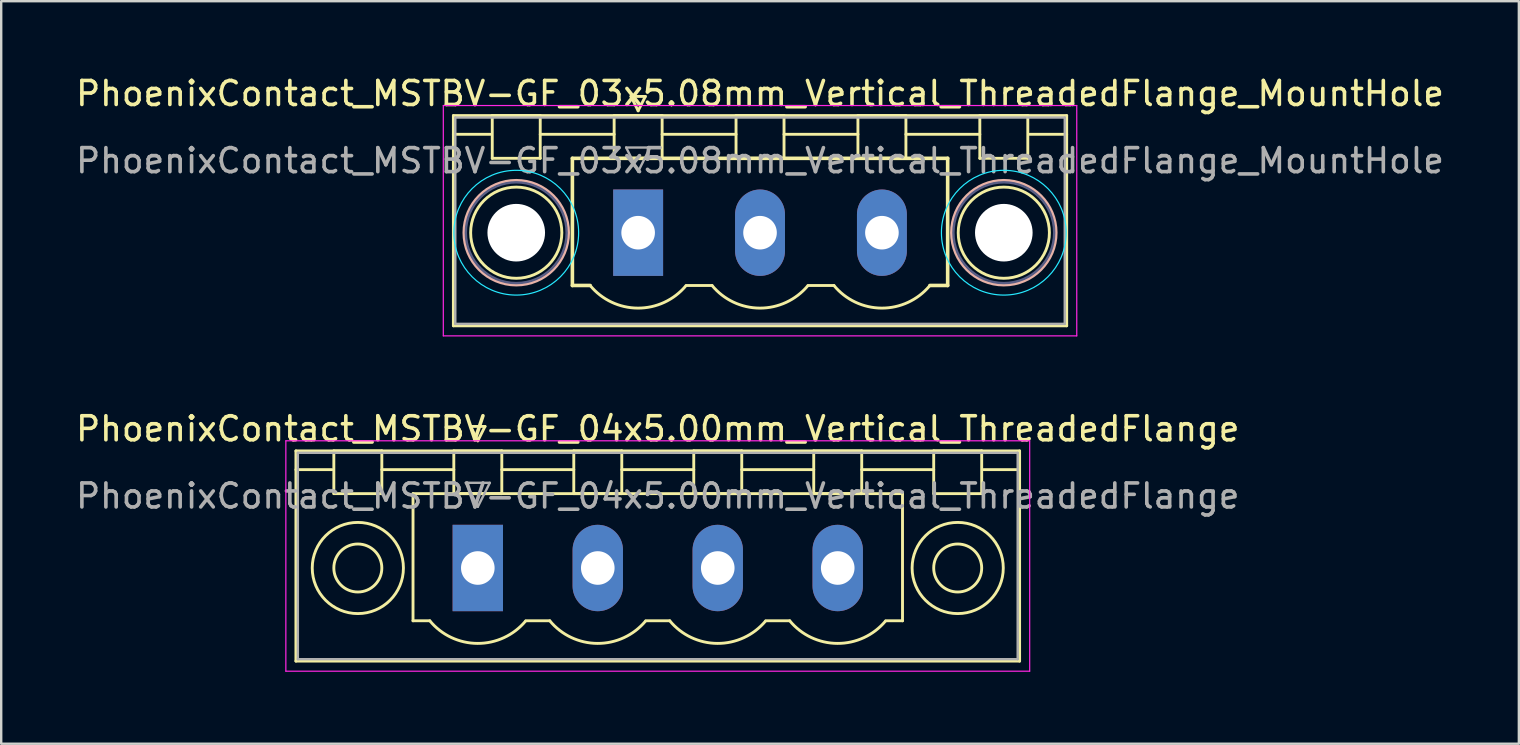
<source format=kicad_pcb>
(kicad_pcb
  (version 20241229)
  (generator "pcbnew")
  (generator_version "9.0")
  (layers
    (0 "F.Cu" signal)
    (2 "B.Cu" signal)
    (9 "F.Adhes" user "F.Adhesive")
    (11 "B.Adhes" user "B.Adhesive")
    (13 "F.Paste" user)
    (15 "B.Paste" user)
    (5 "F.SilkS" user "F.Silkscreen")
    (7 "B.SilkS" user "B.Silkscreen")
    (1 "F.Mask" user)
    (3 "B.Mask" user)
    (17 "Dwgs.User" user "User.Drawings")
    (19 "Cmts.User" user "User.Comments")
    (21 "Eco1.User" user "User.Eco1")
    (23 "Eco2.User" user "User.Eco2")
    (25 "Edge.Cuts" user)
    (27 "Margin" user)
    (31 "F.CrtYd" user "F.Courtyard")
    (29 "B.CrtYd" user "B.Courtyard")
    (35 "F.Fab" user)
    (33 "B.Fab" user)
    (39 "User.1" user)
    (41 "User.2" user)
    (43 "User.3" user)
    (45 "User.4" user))
  (footprint "PhoenixContact_MSTBV-GF_04x5.00mm_Vertical_ThreadedFlange"
    (layer "F.Cu")
    (at 16.863 20.622)
    (property "Reference" "PhoenixContact_MSTBV-GF_04x5.00mm_Vertical_ThreadedFlange" (at 7.5 -5.8 0) (layer "F.SilkS") (effects (font (size 1 1) (thickness 0.15))))
    (attr through_hole)
    (fp_line (start -7.58 -4.88) (end -7.58 3.88) (stroke (width 0.12) (type solid)) (layer "F.SilkS"))
    (fp_line (start -7.58 -4.1) (end -6.08 -4.1) (stroke (width 0.12) (type solid)) (layer "F.SilkS"))
    (fp_line (start -7.58 3.88) (end 22.58 3.88) (stroke (width 0.12) (type solid)) (layer "F.SilkS"))
    (fp_line (start -6 -4.88) (end -4 -4.88) (stroke (width 0.12) (type solid)) (layer "F.SilkS"))
    (fp_line (start -6 -3.1) (end -6 -4.88) (stroke (width 0.12) (type solid)) (layer "F.SilkS"))
    (fp_line (start -4 -4.88) (end -4 -3.1) (stroke (width 0.12) (type solid)) (layer "F.SilkS"))
    (fp_line (start -4 -4.1) (end -1 -4.1) (stroke (width 0.12) (type solid)) (layer "F.SilkS"))
    (fp_line (start -4 -3.1) (end -6 -3.1) (stroke (width 0.12) (type solid)) (layer "F.SilkS"))
    (fp_line (start -2.7 -3.1) (end 17.7 -3.1) (stroke (width 0.12) (type solid)) (layer "F.SilkS"))
    (fp_line (start -2.7 2.2) (end -2.7 -3.1) (stroke (width 0.12) (type solid)) (layer "F.SilkS"))
    (fp_line (start -2 2.2) (end -2.7 2.2) (stroke (width 0.12) (type solid)) (layer "F.SilkS"))
    (fp_line (start -1 -4.88) (end 1 -4.88) (stroke (width 0.12) (type solid)) (layer "F.SilkS"))
    (fp_line (start -1 -3.1) (end -1 -4.88) (stroke (width 0.12) (type solid)) (layer "F.SilkS"))
    (fp_line (start -0.3 -5.9) (end 0.3 -5.9) (stroke (width 0.12) (type solid)) (layer "F.SilkS"))
    (fp_line (start 0 -5.3) (end -0.3 -5.9) (stroke (width 0.12) (type solid)) (layer "F.SilkS"))
    (fp_line (start 0.3 -5.9) (end 0 -5.3) (stroke (width 0.12) (type solid)) (layer "F.SilkS"))
    (fp_line (start 1 -4.88) (end 1 -3.1) (stroke (width 0.12) (type solid)) (layer "F.SilkS"))
    (fp_line (start 1 -4.1) (end 4 -4.1) (stroke (width 0.12) (type solid)) (layer "F.SilkS"))
    (fp_line (start 1 -3.1) (end -1 -3.1) (stroke (width 0.12) (type solid)) (layer "F.SilkS"))
    (fp_line (start 2 2.2) (end 3 2.2) (stroke (width 0.12) (type solid)) (layer "F.SilkS"))
    (fp_line (start 4 -4.88) (end 6 -4.88) (stroke (width 0.12) (type solid)) (layer "F.SilkS"))
    (fp_line (start 4 -3.1) (end 4 -4.88) (stroke (width 0.12) (type solid)) (layer "F.SilkS"))
    (fp_line (start 6 -4.88) (end 6 -3.1) (stroke (width 0.12) (type solid)) (layer "F.SilkS"))
    (fp_line (start 6 -4.1) (end 9 -4.1) (stroke (width 0.12) (type solid)) (layer "F.SilkS"))
    (fp_line (start 6 -3.1) (end 4 -3.1) (stroke (width 0.12) (type solid)) (layer "F.SilkS"))
    (fp_line (start 7 2.2) (end 8 2.2) (stroke (width 0.12) (type solid)) (layer "F.SilkS"))
    (fp_line (start 9 -4.88) (end 11 -4.88) (stroke (width 0.12) (type solid)) (layer "F.SilkS"))
    (fp_line (start 9 -3.1) (end 9 -4.88) (stroke (width 0.12) (type solid)) (layer "F.SilkS"))
    (fp_line (start 11 -4.88) (end 11 -3.1) (stroke (width 0.12) (type solid)) (layer "F.SilkS"))
    (fp_line (start 11 -4.1) (end 14 -4.1) (stroke (width 0.12) (type solid)) (layer "F.SilkS"))
    (fp_line (start 11 -3.1) (end 9 -3.1) (stroke (width 0.12) (type solid)) (layer "F.SilkS"))
    (fp_line (start 12 2.2) (end 13 2.2) (stroke (width 0.12) (type solid)) (layer "F.SilkS"))
    (fp_line (start 14 -4.88) (end 16 -4.88) (stroke (width 0.12) (type solid)) (layer "F.SilkS"))
    (fp_line (start 14 -3.1) (end 14 -4.88) (stroke (width 0.12) (type solid)) (layer "F.SilkS"))
    (fp_line (start 16 -4.88) (end 16 -3.1) (stroke (width 0.12) (type solid)) (layer "F.SilkS"))
    (fp_line (start 16 -4.1) (end 19 -4.1) (stroke (width 0.12) (type solid)) (layer "F.SilkS"))
    (fp_line (start 16 -3.1) (end 14 -3.1) (stroke (width 0.12) (type solid)) (layer "F.SilkS"))
    (fp_line (start 17.7 -3.1) (end 17.7 2.2) (stroke (width 0.12) (type solid)) (layer "F.SilkS"))
    (fp_line (start 17.7 2.2) (end 17 2.2) (stroke (width 0.12) (type solid)) (layer "F.SilkS"))
    (fp_line (start 19 -4.88) (end 21 -4.88) (stroke (width 0.12) (type solid)) (layer "F.SilkS"))
    (fp_line (start 19 -3.1) (end 19 -4.88) (stroke (width 0.12) (type solid)) (layer "F.SilkS"))
    (fp_line (start 21 -4.88) (end 21 -3.1) (stroke (width 0.12) (type solid)) (layer "F.SilkS"))
    (fp_line (start 21 -3.1) (end 19 -3.1) (stroke (width 0.12) (type solid)) (layer "F.SilkS"))
    (fp_line (start 22.58 -4.88) (end -7.58 -4.88) (stroke (width 0.12) (type solid)) (layer "F.SilkS"))
    (fp_line (start 22.58 -4.1) (end 21.08 -4.1) (stroke (width 0.12) (type solid)) (layer "F.SilkS"))
    (fp_line (start 22.58 3.88) (end 22.58 -4.88) (stroke (width 0.12) (type solid)) (layer "F.SilkS"))
    (fp_arc (start 1.986842 2.215821) (mid -0.010289 3.142758) (end -2 2.2) (stroke (width 0.12) (type solid)) (layer "F.SilkS"))
    (fp_arc (start 6.986842 2.215821) (mid 4.989711 3.142758) (end 3 2.2) (stroke (width 0.12) (type solid)) (layer "F.SilkS"))
    (fp_arc (start 11.986842 2.215821) (mid 9.989711 3.142758) (end 8 2.2) (stroke (width 0.12) (type solid)) (layer "F.SilkS"))
    (fp_arc (start 16.986842 2.215821) (mid 14.989711 3.142758) (end 13 2.2) (stroke (width 0.12) (type solid)) (layer "F.SilkS"))
    (fp_circle (center -5 0) (end -4 0) (stroke (width 0.12) (type solid)) (fill no) (layer "F.SilkS"))
    (fp_circle (center -5 0) (end -3.1 0) (stroke (width 0.12) (type solid)) (fill no) (layer "F.SilkS"))
    (fp_circle (center 20 0) (end 21 0) (stroke (width 0.12) (type solid)) (fill no) (layer "F.SilkS"))
    (fp_circle (center 20 0) (end 21.9 0) (stroke (width 0.12) (type solid)) (fill no) (layer "F.SilkS"))
    (fp_line (start -8 -5.3) (end -8 4.3) (stroke (width 0.05) (type solid)) (layer "F.CrtYd"))
    (fp_line (start -8 4.3) (end 23 4.3) (stroke (width 0.05) (type solid)) (layer "F.CrtYd"))
    (fp_line (start 23 -5.3) (end -8 -5.3) (stroke (width 0.05) (type solid)) (layer "F.CrtYd"))
    (fp_line (start 23 4.3) (end 23 -5.3) (stroke (width 0.05) (type solid)) (layer "F.CrtYd"))
    (fp_line (start -7.5 -4.8) (end -7.5 3.8) (stroke (width 0.1) (type solid)) (layer "F.Fab"))
    (fp_line (start -7.5 3.8) (end 22.5 3.8) (stroke (width 0.1) (type solid)) (layer "F.Fab"))
    (fp_line (start -0.5 -3.55) (end 0.5 -3.55) (stroke (width 0.1) (type solid)) (layer "F.Fab"))
    (fp_line (start 0 -2.55) (end -0.5 -3.55) (stroke (width 0.1) (type solid)) (layer "F.Fab"))
    (fp_line (start 0.5 -3.55) (end 0 -2.55) (stroke (width 0.1) (type solid)) (layer "F.Fab"))
    (fp_line (start 22.5 -4.8) (end -7.5 -4.8) (stroke (width 0.1) (type solid)) (layer "F.Fab"))
    (fp_line (start 22.5 3.8) (end 22.5 -4.8) (stroke (width 0.1) (type solid)) (layer "F.Fab"))
    (fp_text user "${REFERENCE}" (at 7.5 -3 0) (layer "F.Fab") (effects (font (size 1 1) (thickness 0.15))))
    (pad "1" thru_hole rect (at 0 0) (size 2.1 3.6) (drill 1.4) (layers "*.Cu" "*.Mask"))
    (pad "2" thru_hole oval (at 5 0) (size 2.1 3.6) (drill 1.4) (layers "*.Cu" "*.Mask"))
    (pad "3" thru_hole oval (at 10 0) (size 2.1 3.6) (drill 1.4) (layers "*.Cu" "*.Mask"))
    (pad "4" thru_hole oval (at 15 0) (size 2.1 3.6) (drill 1.4) (layers "*.Cu" "*.Mask")))
  (footprint "PhoenixContact_MSTBV-GF_03x5.08mm_Vertical_ThreadedFlange_MountHole"
    (layer "F.Cu")
    (at 23.545 6.648)
    (property "Reference" "PhoenixContact_MSTBV-GF_03x5.08mm_Vertical_ThreadedFlange_MountHole" (at 5.08 -5.8 0) (layer "F.SilkS") (effects (font (size 1 1) (thickness 0.15))))
    (attr through_hole)
    (fp_line (start -7.7 -4.88) (end -7.7 3.88) (stroke (width 0.12) (type solid)) (layer "F.SilkS"))
    (fp_line (start -7.7 -4.1) (end -6.16 -4.1) (stroke (width 0.12) (type solid)) (layer "F.SilkS"))
    (fp_line (start -7.7 3.88) (end 17.86 3.88) (stroke (width 0.12) (type solid)) (layer "F.SilkS"))
    (fp_line (start -6.08 -4.88) (end -4.08 -4.88) (stroke (width 0.12) (type solid)) (layer "F.SilkS"))
    (fp_line (start -6.08 -3.1) (end -6.08 -4.88) (stroke (width 0.12) (type solid)) (layer "F.SilkS"))
    (fp_line (start -4.08 -4.88) (end -4.08 -3.1) (stroke (width 0.12) (type solid)) (layer "F.SilkS"))
    (fp_line (start -4.08 -4.1) (end -1 -4.1) (stroke (width 0.12) (type solid)) (layer "F.SilkS"))
    (fp_line (start -4.08 -3.1) (end -6.08 -3.1) (stroke (width 0.12) (type solid)) (layer "F.SilkS"))
    (fp_line (start -2.74 -3.1) (end 12.9 -3.1) (stroke (width 0.15) (type solid)) (layer "F.SilkS"))
    (fp_line (start -2.74 2.2) (end -2.74 -3.1) (stroke (width 0.15) (type solid)) (layer "F.SilkS"))
    (fp_line (start -2 2.2) (end -2.74 2.2) (stroke (width 0.15) (type solid)) (layer "F.SilkS"))
    (fp_line (start -1 -4.88) (end 1 -4.88) (stroke (width 0.12) (type solid)) (layer "F.SilkS"))
    (fp_line (start -1 -3.1) (end -1 -4.88) (stroke (width 0.12) (type solid)) (layer "F.SilkS"))
    (fp_line (start -0.3 -5.68) (end 0.3 -5.68) (stroke (width 0.12) (type solid)) (layer "F.SilkS"))
    (fp_line (start 0 -5.08) (end -0.3 -5.68) (stroke (width 0.12) (type solid)) (layer "F.SilkS"))
    (fp_line (start 0.3 -5.68) (end 0 -5.08) (stroke (width 0.12) (type solid)) (layer "F.SilkS"))
    (fp_line (start 1 -4.88) (end 1 -3.1) (stroke (width 0.12) (type solid)) (layer "F.SilkS"))
    (fp_line (start 1 -4.1) (end 4.08 -4.1) (stroke (width 0.12) (type solid)) (layer "F.SilkS"))
    (fp_line (start 1 -3.1) (end -1 -3.1) (stroke (width 0.12) (type solid)) (layer "F.SilkS"))
    (fp_line (start 2 2.2) (end 3.08 2.2) (stroke (width 0.12) (type solid)) (layer "F.SilkS"))
    (fp_line (start 4.08 -4.88) (end 6.08 -4.88) (stroke (width 0.12) (type solid)) (layer "F.SilkS"))
    (fp_line (start 4.08 -3.1) (end 4.08 -4.88) (stroke (width 0.12) (type solid)) (layer "F.SilkS"))
    (fp_line (start 6.08 -4.88) (end 6.08 -3.1) (stroke (width 0.12) (type solid)) (layer "F.SilkS"))
    (fp_line (start 6.08 -4.1) (end 9.16 -4.1) (stroke (width 0.12) (type solid)) (layer "F.SilkS"))
    (fp_line (start 6.08 -3.1) (end 4.08 -3.1) (stroke (width 0.12) (type solid)) (layer "F.SilkS"))
    (fp_line (start 7.08 2.2) (end 8.16 2.2) (stroke (width 0.12) (type solid)) (layer "F.SilkS"))
    (fp_line (start 9.16 -4.88) (end 11.16 -4.88) (stroke (width 0.12) (type solid)) (layer "F.SilkS"))
    (fp_line (start 9.16 -3.1) (end 9.16 -4.88) (stroke (width 0.12) (type solid)) (layer "F.SilkS"))
    (fp_line (start 11.16 -4.88) (end 11.16 -3.1) (stroke (width 0.12) (type solid)) (layer "F.SilkS"))
    (fp_line (start 11.16 -4.1) (end 14.24 -4.1) (stroke (width 0.12) (type solid)) (layer "F.SilkS"))
    (fp_line (start 11.16 -3.1) (end 9.16 -3.1) (stroke (width 0.12) (type solid)) (layer "F.SilkS"))
    (fp_line (start 12.9 -3.1) (end 12.9 2.2) (stroke (width 0.15) (type solid)) (layer "F.SilkS"))
    (fp_line (start 12.9 2.2) (end 12.16 2.2) (stroke (width 0.15) (type solid)) (layer "F.SilkS"))
    (fp_line (start 14.24 -4.88) (end 16.24 -4.88) (stroke (width 0.12) (type solid)) (layer "F.SilkS"))
    (fp_line (start 14.24 -3.1) (end 14.24 -4.88) (stroke (width 0.12) (type solid)) (layer "F.SilkS"))
    (fp_line (start 16.24 -4.88) (end 16.24 -3.1) (stroke (width 0.12) (type solid)) (layer "F.SilkS"))
    (fp_line (start 16.24 -3.1) (end 14.24 -3.1) (stroke (width 0.12) (type solid)) (layer "F.SilkS"))
    (fp_line (start 17.86 -4.88) (end -7.7 -4.88) (stroke (width 0.12) (type solid)) (layer "F.SilkS"))
    (fp_line (start 17.86 -4.1) (end 16.32 -4.1) (stroke (width 0.12) (type solid)) (layer "F.SilkS"))
    (fp_line (start 17.86 3.88) (end 17.86 -4.88) (stroke (width 0.12) (type solid)) (layer "F.SilkS"))
    (fp_arc (start 1.986842 2.215821) (mid -0.010289 3.142758) (end -2 2.2) (stroke (width 0.12) (type solid)) (layer "F.SilkS"))
    (fp_arc (start 7.066842 2.215821) (mid 5.069711 3.142758) (end 3.08 2.2) (stroke (width 0.12) (type solid)) (layer "F.SilkS"))
    (fp_arc (start 12.146842 2.215821) (mid 10.149711 3.142758) (end 8.16 2.2) (stroke (width 0.12) (type solid)) (layer "F.SilkS"))
    (fp_circle (center -5.08 0) (end -3.18 0) (stroke (width 0.12) (type solid)) (fill no) (layer "F.SilkS"))
    (fp_circle (center 15.24 0) (end 17.14 0) (stroke (width 0.12) (type solid)) (fill no) (layer "F.SilkS"))
    (fp_circle (center -5.08 0) (end -2.9 0) (stroke (width 0.12) (type solid)) (fill no) (layer "B.SilkS"))
    (fp_circle (center 15.24 0) (end 17.42 0) (stroke (width 0.12) (type solid)) (fill no) (layer "B.SilkS"))
    (fp_circle (center -5.08 0) (end -2.48 0) (stroke (width 0.05) (type solid)) (fill no) (layer "B.CrtYd"))
    (fp_circle (center 15.24 0) (end 17.84 0) (stroke (width 0.05) (type solid)) (fill no) (layer "B.CrtYd"))
    (fp_line (start -8.12 -5.3) (end -8.12 4.3) (stroke (width 0.05) (type solid)) (layer "F.CrtYd"))
    (fp_line (start -8.12 4.3) (end 18.28 4.3) (stroke (width 0.05) (type solid)) (layer "F.CrtYd"))
    (fp_line (start 18.28 -5.3) (end -8.12 -5.3) (stroke (width 0.05) (type solid)) (layer "F.CrtYd"))
    (fp_line (start 18.28 4.3) (end 18.28 -5.3) (stroke (width 0.05) (type solid)) (layer "F.CrtYd"))
    (fp_circle (center -5.08 0) (end -2.98 0) (stroke (width 0.1) (type solid)) (fill no) (layer "B.Fab"))
    (fp_circle (center 15.24 0) (end 17.34 0) (stroke (width 0.1) (type solid)) (fill no) (layer "B.Fab"))
    (fp_line (start -7.62 -4.8) (end -7.62 3.8) (stroke (width 0.1) (type solid)) (layer "F.Fab"))
    (fp_line (start -7.62 3.8) (end 17.78 3.8) (stroke (width 0.1) (type solid)) (layer "F.Fab"))
    (fp_line (start -0.5 -3.55) (end 0.5 -3.55) (stroke (width 0.1) (type solid)) (layer "F.Fab"))
    (fp_line (start 0 -2.55) (end -0.5 -3.55) (stroke (width 0.1) (type solid)) (layer "F.Fab"))
    (fp_line (start 0.5 -3.55) (end 0 -2.55) (stroke (width 0.1) (type solid)) (layer "F.Fab"))
    (fp_line (start 17.78 -4.8) (end -7.62 -4.8) (stroke (width 0.1) (type solid)) (layer "F.Fab"))
    (fp_line (start 17.78 3.8) (end 17.78 -4.8) (stroke (width 0.1) (type solid)) (layer "F.Fab"))
    (fp_text user "${REFERENCE}" (at 5.08 -3 0) (layer "F.Fab") (effects (font (size 1 1) (thickness 0.15))))
    (pad "" np_thru_hole circle (at -5.08 0) (size 2.4 2.4) (drill 2.4) (layers "*.Cu" "*.Mask"))
    (pad "" np_thru_hole circle (at 15.24 0) (size 2.4 2.4) (drill 2.4) (layers "*.Cu" "*.Mask"))
    (pad "1" thru_hole rect (at 0 0) (size 2.08 3.6) (drill 1.4) (layers "*.Cu" "*.Mask"))
    (pad "2" thru_hole oval (at 5.08 0) (size 2.08 3.6) (drill 1.4) (layers "*.Cu" "*.Mask"))
    (pad "3" thru_hole oval (at 10.16 0) (size 2.08 3.6) (drill 1.4) (layers "*.Cu" "*.Mask")))
  (gr_rect
    (start -3 -3)
    (end 60.25 27.947)
    (stroke (width 0.1) (type default))
    (fill no)
    (layer "Edge.Cuts")))
</source>
